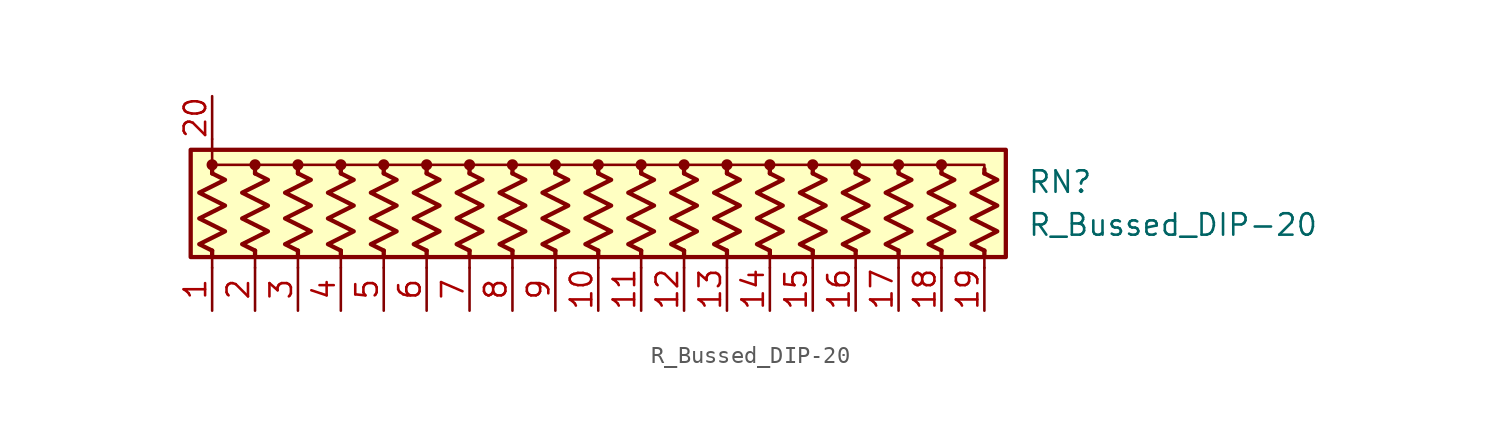
<source format=kicad_sym>
(kicad_symbol_lib
  (version 20220914)
  (generator kicad_symbol_editor)
  (symbol "R_Bussed_DIP-20"
    (pin_names
      (offset 0.002) hide)
    (property "Reference" "RN"
      (at 25.4 1.27 0)
      (effects (font (size 1.27 1.27)) (justify left)))
    (property "Value" "R_Bussed_DIP-20"
      (at 25.4 -1.27 0)
      (effects (font (size 1.27 1.27)) (justify left)))
    (symbol "R_Bussed_DIP-20_0_1"
      (rectangle (start -24.13 3.175) (end 24.13 -3.175) (stroke (width 0.254) (type default)) (fill (type background)))
      (circle (center -22.86 2.286) (radius 0.254) (stroke (width 0) (type default)) (fill (type outline)))
      (circle (center -20.32 2.286) (radius 0.254) (stroke (width 0) (type default)) (fill (type outline)))
      (circle (center -17.78 2.286) (radius 0.254) (stroke (width 0) (type default)) (fill (type outline)))
      (circle (center -15.24 2.286) (radius 0.254) (stroke (width 0) (type default)) (fill (type outline)))
      (circle (center -12.7 2.286) (radius 0.254) (stroke (width 0) (type default)) (fill (type outline)))
      (circle (center -10.16 2.286) (radius 0.254) (stroke (width 0) (type default)) (fill (type outline)))
      (circle (center -7.62 2.286) (radius 0.254) (stroke (width 0) (type default)) (fill (type outline)))
      (circle (center -5.08 2.286) (radius 0.254) (stroke (width 0) (type default)) (fill (type outline)))
      (circle (center -2.54 2.286) (radius 0.254) (stroke (width 0) (type default)) (fill (type outline)))
      (polyline (pts (xy -22.86 -2.794) (xy -22.86 -3.81)) (stroke (width 0) (type default)) (fill (type none)))
      (polyline (pts (xy -22.86 -2.794) (xy -22.86 -3.048)) (stroke (width 0.254) (type default)) (fill (type none)))
      (polyline (pts (xy -22.86 1.778) (xy -22.86 2.032)) (stroke (width 0.254) (type default)) (fill (type none)))
      (polyline (pts (xy -22.86 3.81) (xy -22.86 2.54)) (stroke (width 0) (type default)) (fill (type none)))
      (polyline (pts (xy -20.32 -2.794) (xy -20.32 -3.81)) (stroke (width 0) (type default)) (fill (type none)))
      (polyline (pts (xy -20.32 -2.794) (xy -20.32 -3.048)) (stroke (width 0.254) (type default)) (fill (type none)))
      (polyline (pts (xy -20.32 1.778) (xy -20.32 2.032)) (stroke (width 0.254) (type default)) (fill (type none)))
      (polyline (pts (xy -17.78 -2.794) (xy -17.78 -3.81)) (stroke (width 0) (type default)) (fill (type none)))
      (polyline (pts (xy -17.78 -2.794) (xy -17.78 -3.048)) (stroke (width 0.254) (type default)) (fill (type none)))
      (polyline (pts (xy -17.78 1.778) (xy -17.78 2.032)) (stroke (width 0.254) (type default)) (fill (type none)))
      (polyline (pts (xy -15.24 -2.794) (xy -15.24 -3.81)) (stroke (width 0) (type default)) (fill (type none)))
      (polyline (pts (xy -15.24 -2.794) (xy -15.24 -3.048)) (stroke (width 0.254) (type default)) (fill (type none)))
      (polyline (pts (xy -15.24 1.778) (xy -15.24 2.032)) (stroke (width 0.254) (type default)) (fill (type none)))
      (polyline (pts (xy -12.7 -2.794) (xy -12.7 -3.81)) (stroke (width 0) (type default)) (fill (type none)))
      (polyline (pts (xy -12.7 -2.794) (xy -12.7 -3.048)) (stroke (width 0.254) (type default)) (fill (type none)))
      (polyline (pts (xy -12.7 1.778) (xy -12.7 2.032)) (stroke (width 0.254) (type default)) (fill (type none)))
      (polyline (pts (xy -10.16 -2.794) (xy -10.16 -3.81)) (stroke (width 0) (type default)) (fill (type none)))
      (polyline (pts (xy -10.16 -2.794) (xy -10.16 -3.048)) (stroke (width 0.254) (type default)) (fill (type none)))
      (polyline (pts (xy -10.16 1.778) (xy -10.16 2.032)) (stroke (width 0.254) (type default)) (fill (type none)))
      (polyline (pts (xy -7.62 -2.794) (xy -7.62 -3.81)) (stroke (width 0) (type default)) (fill (type none)))
      (polyline (pts (xy -7.62 -2.794) (xy -7.62 -3.048)) (stroke (width 0.254) (type default)) (fill (type none)))
      (polyline (pts (xy -7.62 1.778) (xy -7.62 2.032)) (stroke (width 0.254) (type default)) (fill (type none)))
      (polyline (pts (xy -5.08 -2.794) (xy -5.08 -3.81)) (stroke (width 0) (type default)) (fill (type none)))
      (polyline (pts (xy -5.08 -2.794) (xy -5.08 -3.048)) (stroke (width 0.254) (type default)) (fill (type none)))
      (polyline (pts (xy -5.08 1.778) (xy -5.08 2.032)) (stroke (width 0.254) (type default)) (fill (type none)))
      (polyline (pts (xy -2.54 -2.794) (xy -2.54 -3.81)) (stroke (width 0) (type default)) (fill (type none)))
      (polyline (pts (xy -2.54 -2.794) (xy -2.54 -3.048)) (stroke (width 0.254) (type default)) (fill (type none)))
      (polyline (pts (xy -2.54 1.778) (xy -2.54 2.032)) (stroke (width 0.254) (type default)) (fill (type none)))
      (polyline (pts (xy 0 -2.794) (xy 0 -3.81)) (stroke (width 0) (type default)) (fill (type none)))
      (polyline (pts (xy 0 -2.794) (xy 0 -3.048)) (stroke (width 0.254) (type default)) (fill (type none)))
      (polyline (pts (xy 0 1.778) (xy 0 2.032)) (stroke (width 0.254) (type default)) (fill (type none)))
      (polyline (pts (xy 2.54 -2.794) (xy 2.54 -3.81)) (stroke (width 0) (type default)) (fill (type none)))
      (polyline (pts (xy 2.54 -2.794) (xy 2.54 -3.048)) (stroke (width 0.254) (type default)) (fill (type none)))
      (polyline (pts (xy 2.54 1.778) (xy 2.54 2.032)) (stroke (width 0.254) (type default)) (fill (type none)))
      (polyline (pts (xy 5.08 -2.794) (xy 5.08 -3.81)) (stroke (width 0) (type default)) (fill (type none)))
      (polyline (pts (xy 5.08 -2.794) (xy 5.08 -3.048)) (stroke (width 0.254) (type default)) (fill (type none)))
      (polyline (pts (xy 5.08 1.778) (xy 5.08 2.032)) (stroke (width 0.254) (type default)) (fill (type none)))
      (polyline (pts (xy 7.62 -2.794) (xy 7.62 -3.81)) (stroke (width 0) (type default)) (fill (type none)))
      (polyline (pts (xy 7.62 -2.794) (xy 7.62 -3.048)) (stroke (width 0.254) (type default)) (fill (type none)))
      (polyline (pts (xy 7.62 1.778) (xy 7.62 2.032)) (stroke (width 0.254) (type default)) (fill (type none)))
      (polyline (pts (xy 10.16 -2.794) (xy 10.16 -3.81)) (stroke (width 0) (type default)) (fill (type none)))
      (polyline (pts (xy 10.16 -2.794) (xy 10.16 -3.048)) (stroke (width 0.254) (type default)) (fill (type none)))
      (polyline (pts (xy 10.16 1.778) (xy 10.16 2.032)) (stroke (width 0.254) (type default)) (fill (type none)))
      (polyline (pts (xy 12.7 -2.794) (xy 12.7 -3.81)) (stroke (width 0) (type default)) (fill (type none)))
      (polyline (pts (xy 12.7 -2.794) (xy 12.7 -3.048)) (stroke (width 0.254) (type default)) (fill (type none)))
      (polyline (pts (xy 12.7 1.778) (xy 12.7 2.032)) (stroke (width 0.254) (type default)) (fill (type none)))
      (polyline (pts (xy 15.24 -2.794) (xy 15.24 -3.81)) (stroke (width 0) (type default)) (fill (type none)))
      (polyline (pts (xy 15.24 -2.794) (xy 15.24 -3.048)) (stroke (width 0.254) (type default)) (fill (type none)))
      (polyline (pts (xy 15.24 1.778) (xy 15.24 2.032)) (stroke (width 0.254) (type default)) (fill (type none)))
      (polyline (pts (xy 17.78 -2.794) (xy 17.78 -3.81)) (stroke (width 0) (type default)) (fill (type none)))
      (polyline (pts (xy 17.78 -2.794) (xy 17.78 -3.048)) (stroke (width 0.254) (type default)) (fill (type none)))
      (polyline (pts (xy 17.78 1.778) (xy 17.78 2.032)) (stroke (width 0.254) (type default)) (fill (type none)))
      (polyline (pts (xy 20.32 -2.794) (xy 20.32 -3.81)) (stroke (width 0) (type default)) (fill (type none)))
      (polyline (pts (xy 20.32 -2.794) (xy 20.32 -3.048)) (stroke (width 0.254) (type default)) (fill (type none)))
      (polyline (pts (xy 20.32 1.778) (xy 20.32 2.032)) (stroke (width 0.254) (type default)) (fill (type none)))
      (polyline (pts (xy 22.86 -2.794) (xy 22.86 -3.81)) (stroke (width 0) (type default)) (fill (type none)))
      (polyline (pts (xy 22.86 -2.794) (xy 22.86 -3.048)) (stroke (width 0.254) (type default)) (fill (type none)))
      (polyline (pts (xy 22.86 1.778) (xy 22.86 2.032)) (stroke (width 0.254) (type default)) (fill (type none)))
      (polyline (pts (xy -5.08 1.778) (xy -5.08 2.286) (xy -7.62 2.286)) (stroke (width 0.152) (type default)) (fill (type none)))
      (polyline (pts (xy -2.54 1.778) (xy -2.54 2.286) (xy -5.08 2.286)) (stroke (width 0.152) (type default)) (fill (type none)))
      (polyline (pts (xy 0 1.778) (xy 0 2.286) (xy -2.54 2.286)) (stroke (width 0.152) (type default)) (fill (type none)))
      (polyline (pts (xy 2.54 1.778) (xy 2.54 2.286) (xy 0 2.286)) (stroke (width 0.152) (type default)) (fill (type none)))
      (polyline (pts (xy 5.08 1.778) (xy 5.08 2.286) (xy 2.54 2.286)) (stroke (width 0.152) (type default)) (fill (type none)))
      (polyline (pts (xy 7.62 1.778) (xy 7.62 2.286) (xy 5.08 2.286)) (stroke (width 0.152) (type default)) (fill (type none)))
      (polyline (pts (xy 10.16 1.778) (xy 10.16 2.286) (xy 7.62 2.286)) (stroke (width 0.152) (type default)) (fill (type none)))
      (polyline (pts (xy 12.7 1.778) (xy 12.7 2.286) (xy 10.16 2.286)) (stroke (width 0.152) (type default)) (fill (type none)))
      (polyline (pts (xy 15.24 1.778) (xy 15.24 2.286) (xy 12.7 2.286)) (stroke (width 0.152) (type default)) (fill (type none)))
      (polyline (pts (xy 17.78 1.778) (xy 17.78 2.286) (xy 15.24 2.286)) (stroke (width 0.152) (type default)) (fill (type none)))
      (polyline (pts (xy 20.32 1.778) (xy 20.32 2.286) (xy 17.78 2.286)) (stroke (width 0.152) (type default)) (fill (type none)))
      (polyline (pts (xy 22.86 1.778) (xy 22.86 2.286) (xy 20.32 2.286)) (stroke (width 0.152) (type default)) (fill (type none)))
      (polyline (pts (xy -22.86 1.778) (xy -22.86 2.286) (xy -20.32 2.286) (xy -20.32 1.778)) (stroke (width 0) (type default)) (fill (type none)))
      (polyline (pts (xy -20.32 1.778) (xy -20.32 2.286) (xy -17.78 2.286) (xy -17.78 1.778)) (stroke (width 0) (type default)) (fill (type none)))
      (polyline (pts (xy -17.78 1.778) (xy -17.78 2.286) (xy -15.24 2.286) (xy -15.24 1.778)) (stroke (width 0) (type default)) (fill (type none)))
      (polyline (pts (xy -15.24 1.778) (xy -15.24 2.286) (xy -12.7 2.286) (xy -12.7 1.778)) (stroke (width 0) (type default)) (fill (type none)))
      (polyline (pts (xy -12.7 1.778) (xy -12.7 2.286) (xy -10.16 2.286) (xy -10.16 1.778)) (stroke (width 0) (type default)) (fill (type none)))
      (polyline (pts (xy -10.16 1.778) (xy -10.16 2.286) (xy -7.62 2.286) (xy -7.62 1.778)) (stroke (width 0) (type default)) (fill (type none)))
      (polyline (pts (xy -22.86 1.778) (xy -22.098 1.397) (xy -23.622 0.635) (xy -22.86 0.254) (xy -22.098 -0.127) (xy -22.86 -0.508) (xy -23.622 -0.889) (xy -22.86 -1.27) (xy -22.098 -1.651) (xy -22.86 -2.032) (xy -23.622 -2.413) (xy -22.86 -2.794)) (stroke (width 0.254) (type default)) (fill (type none)))
      (polyline (pts (xy -20.32 1.778) (xy -19.558 1.397) (xy -21.082 0.635) (xy -20.32 0.254) (xy -19.558 -0.127) (xy -20.32 -0.508) (xy -21.082 -0.889) (xy -20.32 -1.27) (xy -19.558 -1.651) (xy -20.32 -2.032) (xy -21.082 -2.413) (xy -20.32 -2.794)) (stroke (width 0.254) (type default)) (fill (type none)))
      (polyline (pts (xy -17.78 1.778) (xy -17.018 1.397) (xy -18.542 0.635) (xy -17.78 0.254) (xy -17.018 -0.127) (xy -17.78 -0.508) (xy -18.542 -0.889) (xy -17.78 -1.27) (xy -17.018 -1.651) (xy -17.78 -2.032) (xy -18.542 -2.413) (xy -17.78 -2.794)) (stroke (width 0.254) (type default)) (fill (type none)))
      (polyline (pts (xy -15.24 1.778) (xy -14.478 1.397) (xy -16.002 0.635) (xy -15.24 0.254) (xy -14.478 -0.127) (xy -15.24 -0.508) (xy -16.002 -0.889) (xy -15.24 -1.27) (xy -14.478 -1.651) (xy -15.24 -2.032) (xy -16.002 -2.413) (xy -15.24 -2.794)) (stroke (width 0.254) (type default)) (fill (type none)))
      (polyline (pts (xy -12.7 1.778) (xy -11.938 1.397) (xy -13.462 0.635) (xy -12.7 0.254) (xy -11.938 -0.127) (xy -12.7 -0.508) (xy -13.462 -0.889) (xy -12.7 -1.27) (xy -11.938 -1.651) (xy -12.7 -2.032) (xy -13.462 -2.413) (xy -12.7 -2.794)) (stroke (width 0.254) (type default)) (fill (type none)))
      (polyline (pts (xy -10.16 1.778) (xy -9.398 1.397) (xy -10.922 0.635) (xy -10.16 0.254) (xy -9.398 -0.127) (xy -10.16 -0.508) (xy -10.922 -0.889) (xy -10.16 -1.27) (xy -9.398 -1.651) (xy -10.16 -2.032) (xy -10.922 -2.413) (xy -10.16 -2.794)) (stroke (width 0.254) (type default)) (fill (type none)))
      (polyline (pts (xy -7.62 1.778) (xy -6.858 1.397) (xy -8.382 0.635) (xy -7.62 0.254) (xy -6.858 -0.127) (xy -7.62 -0.508) (xy -8.382 -0.889) (xy -7.62 -1.27) (xy -6.858 -1.651) (xy -7.62 -2.032) (xy -8.382 -2.413) (xy -7.62 -2.794)) (stroke (width 0.254) (type default)) (fill (type none)))
      (polyline (pts (xy -5.08 1.778) (xy -4.318 1.397) (xy -5.842 0.635) (xy -5.08 0.254) (xy -4.318 -0.127) (xy -5.08 -0.508) (xy -5.842 -0.889) (xy -5.08 -1.27) (xy -4.318 -1.651) (xy -5.08 -2.032) (xy -5.842 -2.413) (xy -5.08 -2.794)) (stroke (width 0.254) (type default)) (fill (type none)))
      (polyline (pts (xy -2.54 1.778) (xy -1.778 1.397) (xy -3.302 0.635) (xy -2.54 0.254) (xy -1.778 -0.127) (xy -2.54 -0.508) (xy -3.302 -0.889) (xy -2.54 -1.27) (xy -1.778 -1.651) (xy -2.54 -2.032) (xy -3.302 -2.413) (xy -2.54 -2.794)) (stroke (width 0.254) (type default)) (fill (type none)))
      (polyline (pts (xy 0 1.778) (xy 0.762 1.397) (xy -0.762 0.635) (xy 0 0.254) (xy 0.762 -0.127) (xy 0 -0.508) (xy -0.762 -0.889) (xy 0 -1.27) (xy 0.762 -1.651) (xy 0 -2.032) (xy -0.762 -2.413) (xy 0 -2.794)) (stroke (width 0.254) (type default)) (fill (type none)))
      (polyline (pts (xy 2.54 1.778) (xy 3.302 1.397) (xy 1.778 0.635) (xy 2.54 0.254) (xy 3.302 -0.127) (xy 2.54 -0.508) (xy 1.778 -0.889) (xy 2.54 -1.27) (xy 3.302 -1.651) (xy 2.54 -2.032) (xy 1.778 -2.413) (xy 2.54 -2.794)) (stroke (width 0.254) (type default)) (fill (type none)))
      (polyline (pts (xy 5.08 1.778) (xy 5.842 1.397) (xy 4.318 0.635) (xy 5.08 0.254) (xy 5.842 -0.127) (xy 5.08 -0.508) (xy 4.318 -0.889) (xy 5.08 -1.27) (xy 5.842 -1.651) (xy 5.08 -2.032) (xy 4.318 -2.413) (xy 5.08 -2.794)) (stroke (width 0.254) (type default)) (fill (type none)))
      (polyline (pts (xy 7.62 1.778) (xy 8.382 1.397) (xy 6.858 0.635) (xy 7.62 0.254) (xy 8.382 -0.127) (xy 7.62 -0.508) (xy 6.858 -0.889) (xy 7.62 -1.27) (xy 8.382 -1.651) (xy 7.62 -2.032) (xy 6.858 -2.413) (xy 7.62 -2.794)) (stroke (width 0.254) (type default)) (fill (type none)))
      (polyline (pts (xy 10.16 1.778) (xy 10.922 1.397) (xy 9.398 0.635) (xy 10.16 0.254) (xy 10.922 -0.127) (xy 10.16 -0.508) (xy 9.398 -0.889) (xy 10.16 -1.27) (xy 10.922 -1.651) (xy 10.16 -2.032) (xy 9.398 -2.413) (xy 10.16 -2.794)) (stroke (width 0.254) (type default)) (fill (type none)))
      (polyline (pts (xy 12.7 1.778) (xy 13.462 1.397) (xy 11.938 0.635) (xy 12.7 0.254) (xy 13.462 -0.127) (xy 12.7 -0.508) (xy 11.938 -0.889) (xy 12.7 -1.27) (xy 13.462 -1.651) (xy 12.7 -2.032) (xy 11.938 -2.413) (xy 12.7 -2.794)) (stroke (width 0.254) (type default)) (fill (type none)))
      (polyline (pts (xy 15.24 1.778) (xy 16.002 1.397) (xy 14.478 0.635) (xy 15.24 0.254) (xy 16.002 -0.127) (xy 15.24 -0.508) (xy 14.478 -0.889) (xy 15.24 -1.27) (xy 16.002 -1.651) (xy 15.24 -2.032) (xy 14.478 -2.413) (xy 15.24 -2.794)) (stroke (width 0.254) (type default)) (fill (type none)))
      (polyline (pts (xy 17.78 1.778) (xy 18.542 1.397) (xy 17.018 0.635) (xy 17.78 0.254) (xy 18.542 -0.127) (xy 17.78 -0.508) (xy 17.018 -0.889) (xy 17.78 -1.27) (xy 18.542 -1.651) (xy 17.78 -2.032) (xy 17.018 -2.413) (xy 17.78 -2.794)) (stroke (width 0.254) (type default)) (fill (type none)))
      (polyline (pts (xy 20.32 1.778) (xy 21.082 1.397) (xy 19.558 0.635) (xy 20.32 0.254) (xy 21.082 -0.127) (xy 20.32 -0.508) (xy 19.558 -0.889) (xy 20.32 -1.27) (xy 21.082 -1.651) (xy 20.32 -2.032) (xy 19.558 -2.413) (xy 20.32 -2.794)) (stroke (width 0.254) (type default)) (fill (type none)))
      (polyline (pts (xy 22.86 1.778) (xy 23.622 1.397) (xy 22.098 0.635) (xy 22.86 0.254) (xy 23.622 -0.127) (xy 22.86 -0.508) (xy 22.098 -0.889) (xy 22.86 -1.27) (xy 23.622 -1.651) (xy 22.86 -2.032) (xy 22.098 -2.413) (xy 22.86 -2.794)) (stroke (width 0.254) (type default)) (fill (type none)))
      (circle (center 0 2.286) (radius 0.254) (stroke (width 0) (type default)) (fill (type outline)))
      (circle (center 2.54 2.286) (radius 0.254) (stroke (width 0) (type default)) (fill (type outline)))
      (circle (center 5.08 2.286) (radius 0.254) (stroke (width 0) (type default)) (fill (type outline)))
      (circle (center 7.62 2.286) (radius 0.254) (stroke (width 0) (type default)) (fill (type outline)))
      (circle (center 10.16 2.286) (radius 0.254) (stroke (width 0) (type default)) (fill (type outline)))
      (circle (center 12.7 2.286) (radius 0.254) (stroke (width 0) (type default)) (fill (type outline)))
      (circle (center 15.24 2.286) (radius 0.254) (stroke (width 0) (type default)) (fill (type outline)))
      (circle (center 17.78 2.286) (radius 0.254) (stroke (width 0) (type default)) (fill (type outline)))
      (circle (center 20.32 2.286) (radius 0.254) (stroke (width 0) (type default)) (fill (type outline))))
    (symbol "R_Bussed_DIP-20_1_1"
      (pin passive line (at -22.86 -6.35 90) (length 2.54) (name "R1" (effects (font (size 1.27 1.27)))) (number "1" (effects (font (size 1.27 1.27)))))
      (pin passive line (at 0 -6.35 90) (length 2.54) (name "R10" (effects (font (size 1.27 1.27)))) (number "10" (effects (font (size 1.27 1.27)))))
      (pin passive line (at 2.54 -6.35 90) (length 2.54) (name "R11" (effects (font (size 1.27 1.27)))) (number "11" (effects (font (size 1.27 1.27)))))
      (pin passive line (at 5.08 -6.35 90) (length 2.54) (name "R12" (effects (font (size 1.27 1.27)))) (number "12" (effects (font (size 1.27 1.27)))))
      (pin passive line (at 7.62 -6.35 90) (length 2.54) (name "R13" (effects (font (size 1.27 1.27)))) (number "13" (effects (font (size 1.27 1.27)))))
      (pin passive line (at 10.16 -6.35 90) (length 2.54) (name "R14" (effects (font (size 1.27 1.27)))) (number "14" (effects (font (size 1.27 1.27)))))
      (pin passive line (at 12.7 -6.35 90) (length 2.54) (name "R15" (effects (font (size 1.27 1.27)))) (number "15" (effects (font (size 1.27 1.27)))))
      (pin passive line (at 15.24 -6.35 90) (length 2.54) (name "R16" (effects (font (size 1.27 1.27)))) (number "16" (effects (font (size 1.27 1.27)))))
      (pin passive line (at 17.78 -6.35 90) (length 2.54) (name "R17" (effects (font (size 1.27 1.27)))) (number "17" (effects (font (size 1.27 1.27)))))
      (pin passive line (at 20.32 -6.35 90) (length 2.54) (name "R18" (effects (font (size 1.27 1.27)))) (number "18" (effects (font (size 1.27 1.27)))))
      (pin passive line (at 22.86 -6.35 90) (length 2.54) (name "R19" (effects (font (size 1.27 1.27)))) (number "19" (effects (font (size 1.27 1.27)))))
      (pin passive line (at -20.32 -6.35 90) (length 2.54) (name "R2" (effects (font (size 1.27 1.27)))) (number "2" (effects (font (size 1.27 1.27)))))
      (pin passive line (at -22.86 6.35 270) (length 2.54) (name "common" (effects (font (size 1.27 1.27)))) (number "20" (effects (font (size 1.27 1.27)))))
      (pin passive line (at -17.78 -6.35 90) (length 2.54) (name "R3" (effects (font (size 1.27 1.27)))) (number "3" (effects (font (size 1.27 1.27)))))
      (pin passive line (at -15.24 -6.35 90) (length 2.54) (name "R4" (effects (font (size 1.27 1.27)))) (number "4" (effects (font (size 1.27 1.27)))))
      (pin passive line (at -12.7 -6.35 90) (length 2.54) (name "R5" (effects (font (size 1.27 1.27)))) (number "5" (effects (font (size 1.27 1.27)))))
      (pin passive line (at -10.16 -6.35 90) (length 2.54) (name "R6" (effects (font (size 1.27 1.27)))) (number "6" (effects (font (size 1.27 1.27)))))
      (pin passive line (at -7.62 -6.35 90) (length 2.54) (name "R7" (effects (font (size 1.27 1.27)))) (number "7" (effects (font (size 1.27 1.27)))))
      (pin passive line (at -5.08 -6.35 90) (length 2.54) (name "R8" (effects (font (size 1.27 1.27)))) (number "8" (effects (font (size 1.27 1.27)))))
      (pin passive line (at -2.54 -6.35 90) (length 2.54) (name "R9" (effects (font (size 1.27 1.27)))) (number "9" (effects (font (size 1.27 1.27))))))))
</source>
